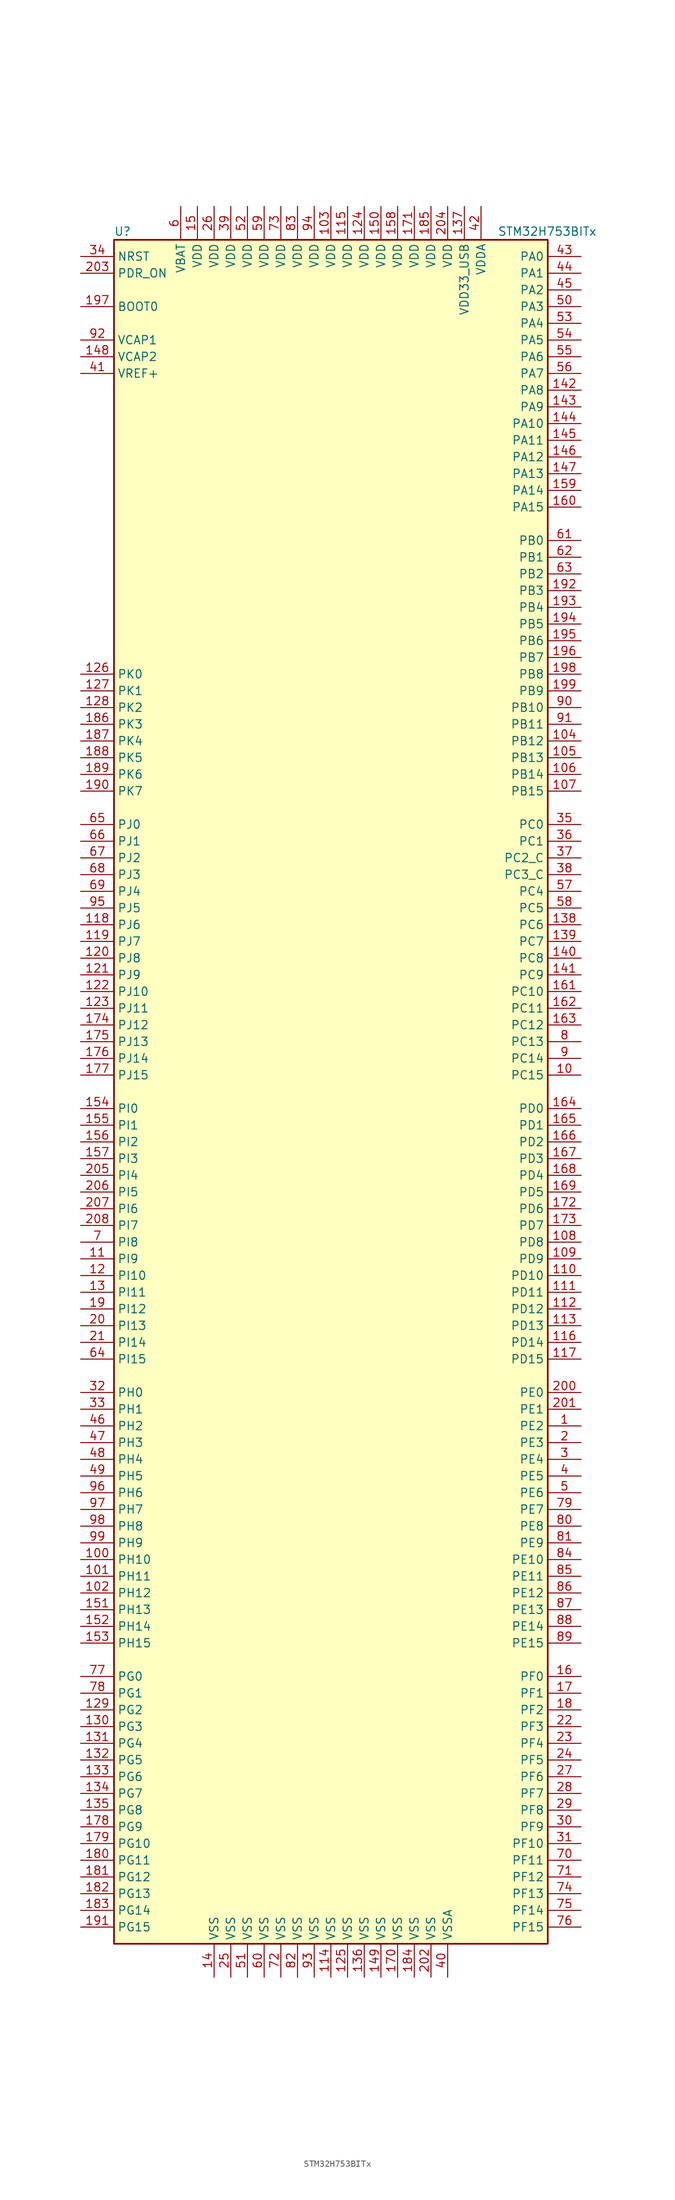
<source format=kicad_sym>
(kicad_symbol_lib
  (version 20201005)
  (generator kicad_symbol_editor)
  (symbol "MCU_ST_STM32H7:STM32H753BITx"
    (property "Reference" "U"
      (at -33.02 130.81 0)
      (effects (font (size 1.27 1.27)) (justify left)))
    (property "Value" "STM32H753BITx"
      (at 25.4 130.81 0)
      (effects (font (size 1.27 1.27)) (justify left)))
    (symbol "STM32H753BITx_0_1"
      (rectangle (start -33.02 -129.54) (end 33.02 129.54) (stroke (width 0.254)) (fill (type background))))
    (symbol "STM32H753BITx_1_1"
      (pin input line (at -38.1 119.38 0) (length 5.08) (name "BOOT0" (effects (font (size 1.27 1.27)))) (number "197" (effects (font (size 1.27 1.27)))))
      (pin input line (at -38.1 127 0) (length 5.08) (name "NRST" (effects (font (size 1.27 1.27)))) (number "34" (effects (font (size 1.27 1.27)))))
      (pin bidirectional line (at 38.1 127 180) (length 5.08) (name "PA0" (effects (font (size 1.27 1.27)))) (number "43" (effects (font (size 1.27 1.27)))))
      (pin bidirectional line (at 38.1 124.46 180) (length 5.08) (name "PA1" (effects (font (size 1.27 1.27)))) (number "44" (effects (font (size 1.27 1.27)))))
      (pin bidirectional line (at 38.1 101.6 180) (length 5.08) (name "PA10" (effects (font (size 1.27 1.27)))) (number "144" (effects (font (size 1.27 1.27)))))
      (pin bidirectional line (at 38.1 99.06 180) (length 5.08) (name "PA11" (effects (font (size 1.27 1.27)))) (number "145" (effects (font (size 1.27 1.27)))))
      (pin bidirectional line (at 38.1 96.52 180) (length 5.08) (name "PA12" (effects (font (size 1.27 1.27)))) (number "146" (effects (font (size 1.27 1.27)))))
      (pin bidirectional line (at 38.1 93.98 180) (length 5.08) (name "PA13" (effects (font (size 1.27 1.27)))) (number "147" (effects (font (size 1.27 1.27)))))
      (pin bidirectional line (at 38.1 91.44 180) (length 5.08) (name "PA14" (effects (font (size 1.27 1.27)))) (number "159" (effects (font (size 1.27 1.27)))))
      (pin bidirectional line (at 38.1 88.9 180) (length 5.08) (name "PA15" (effects (font (size 1.27 1.27)))) (number "160" (effects (font (size 1.27 1.27)))))
      (pin bidirectional line (at 38.1 121.92 180) (length 5.08) (name "PA2" (effects (font (size 1.27 1.27)))) (number "45" (effects (font (size 1.27 1.27)))))
      (pin bidirectional line (at 38.1 119.38 180) (length 5.08) (name "PA3" (effects (font (size 1.27 1.27)))) (number "50" (effects (font (size 1.27 1.27)))))
      (pin bidirectional line (at 38.1 116.84 180) (length 5.08) (name "PA4" (effects (font (size 1.27 1.27)))) (number "53" (effects (font (size 1.27 1.27)))))
      (pin bidirectional line (at 38.1 114.3 180) (length 5.08) (name "PA5" (effects (font (size 1.27 1.27)))) (number "54" (effects (font (size 1.27 1.27)))))
      (pin bidirectional line (at 38.1 111.76 180) (length 5.08) (name "PA6" (effects (font (size 1.27 1.27)))) (number "55" (effects (font (size 1.27 1.27)))))
      (pin bidirectional line (at 38.1 109.22 180) (length 5.08) (name "PA7" (effects (font (size 1.27 1.27)))) (number "56" (effects (font (size 1.27 1.27)))))
      (pin bidirectional line (at 38.1 106.68 180) (length 5.08) (name "PA8" (effects (font (size 1.27 1.27)))) (number "142" (effects (font (size 1.27 1.27)))))
      (pin bidirectional line (at 38.1 104.14 180) (length 5.08) (name "PA9" (effects (font (size 1.27 1.27)))) (number "143" (effects (font (size 1.27 1.27)))))
      (pin bidirectional line (at 38.1 83.82 180) (length 5.08) (name "PB0" (effects (font (size 1.27 1.27)))) (number "61" (effects (font (size 1.27 1.27)))))
      (pin bidirectional line (at 38.1 81.28 180) (length 5.08) (name "PB1" (effects (font (size 1.27 1.27)))) (number "62" (effects (font (size 1.27 1.27)))))
      (pin bidirectional line (at 38.1 58.42 180) (length 5.08) (name "PB10" (effects (font (size 1.27 1.27)))) (number "90" (effects (font (size 1.27 1.27)))))
      (pin bidirectional line (at 38.1 55.88 180) (length 5.08) (name "PB11" (effects (font (size 1.27 1.27)))) (number "91" (effects (font (size 1.27 1.27)))))
      (pin bidirectional line (at 38.1 53.34 180) (length 5.08) (name "PB12" (effects (font (size 1.27 1.27)))) (number "104" (effects (font (size 1.27 1.27)))))
      (pin bidirectional line (at 38.1 50.8 180) (length 5.08) (name "PB13" (effects (font (size 1.27 1.27)))) (number "105" (effects (font (size 1.27 1.27)))))
      (pin bidirectional line (at 38.1 48.26 180) (length 5.08) (name "PB14" (effects (font (size 1.27 1.27)))) (number "106" (effects (font (size 1.27 1.27)))))
      (pin bidirectional line (at 38.1 45.72 180) (length 5.08) (name "PB15" (effects (font (size 1.27 1.27)))) (number "107" (effects (font (size 1.27 1.27)))))
      (pin bidirectional line (at 38.1 78.74 180) (length 5.08) (name "PB2" (effects (font (size 1.27 1.27)))) (number "63" (effects (font (size 1.27 1.27)))))
      (pin bidirectional line (at 38.1 76.2 180) (length 5.08) (name "PB3" (effects (font (size 1.27 1.27)))) (number "192" (effects (font (size 1.27 1.27)))))
      (pin bidirectional line (at 38.1 73.66 180) (length 5.08) (name "PB4" (effects (font (size 1.27 1.27)))) (number "193" (effects (font (size 1.27 1.27)))))
      (pin bidirectional line (at 38.1 71.12 180) (length 5.08) (name "PB5" (effects (font (size 1.27 1.27)))) (number "194" (effects (font (size 1.27 1.27)))))
      (pin bidirectional line (at 38.1 68.58 180) (length 5.08) (name "PB6" (effects (font (size 1.27 1.27)))) (number "195" (effects (font (size 1.27 1.27)))))
      (pin bidirectional line (at 38.1 66.04 180) (length 5.08) (name "PB7" (effects (font (size 1.27 1.27)))) (number "196" (effects (font (size 1.27 1.27)))))
      (pin bidirectional line (at 38.1 63.5 180) (length 5.08) (name "PB8" (effects (font (size 1.27 1.27)))) (number "198" (effects (font (size 1.27 1.27)))))
      (pin bidirectional line (at 38.1 60.96 180) (length 5.08) (name "PB9" (effects (font (size 1.27 1.27)))) (number "199" (effects (font (size 1.27 1.27)))))
      (pin bidirectional line (at 38.1 40.64 180) (length 5.08) (name "PC0" (effects (font (size 1.27 1.27)))) (number "35" (effects (font (size 1.27 1.27)))))
      (pin bidirectional line (at 38.1 38.1 180) (length 5.08) (name "PC1" (effects (font (size 1.27 1.27)))) (number "36" (effects (font (size 1.27 1.27)))))
      (pin bidirectional line (at 38.1 15.24 180) (length 5.08) (name "PC10" (effects (font (size 1.27 1.27)))) (number "161" (effects (font (size 1.27 1.27)))))
      (pin bidirectional line (at 38.1 12.7 180) (length 5.08) (name "PC11" (effects (font (size 1.27 1.27)))) (number "162" (effects (font (size 1.27 1.27)))))
      (pin bidirectional line (at 38.1 10.16 180) (length 5.08) (name "PC12" (effects (font (size 1.27 1.27)))) (number "163" (effects (font (size 1.27 1.27)))))
      (pin bidirectional line (at 38.1 7.62 180) (length 5.08) (name "PC13" (effects (font (size 1.27 1.27)))) (number "8" (effects (font (size 1.27 1.27)))))
      (pin bidirectional line (at 38.1 5.08 180) (length 5.08) (name "PC14" (effects (font (size 1.27 1.27)))) (number "9" (effects (font (size 1.27 1.27)))))
      (pin bidirectional line (at 38.1 2.54 180) (length 5.08) (name "PC15" (effects (font (size 1.27 1.27)))) (number "10" (effects (font (size 1.27 1.27)))))
      (pin bidirectional line (at 38.1 35.56 180) (length 5.08) (name "PC2_C" (effects (font (size 1.27 1.27)))) (number "37" (effects (font (size 1.27 1.27)))))
      (pin bidirectional line (at 38.1 33.02 180) (length 5.08) (name "PC3_C" (effects (font (size 1.27 1.27)))) (number "38" (effects (font (size 1.27 1.27)))))
      (pin bidirectional line (at 38.1 30.48 180) (length 5.08) (name "PC4" (effects (font (size 1.27 1.27)))) (number "57" (effects (font (size 1.27 1.27)))))
      (pin bidirectional line (at 38.1 27.94 180) (length 5.08) (name "PC5" (effects (font (size 1.27 1.27)))) (number "58" (effects (font (size 1.27 1.27)))))
      (pin bidirectional line (at 38.1 25.4 180) (length 5.08) (name "PC6" (effects (font (size 1.27 1.27)))) (number "138" (effects (font (size 1.27 1.27)))))
      (pin bidirectional line (at 38.1 22.86 180) (length 5.08) (name "PC7" (effects (font (size 1.27 1.27)))) (number "139" (effects (font (size 1.27 1.27)))))
      (pin bidirectional line (at 38.1 20.32 180) (length 5.08) (name "PC8" (effects (font (size 1.27 1.27)))) (number "140" (effects (font (size 1.27 1.27)))))
      (pin bidirectional line (at 38.1 17.78 180) (length 5.08) (name "PC9" (effects (font (size 1.27 1.27)))) (number "141" (effects (font (size 1.27 1.27)))))
      (pin bidirectional line (at 38.1 -2.54 180) (length 5.08) (name "PD0" (effects (font (size 1.27 1.27)))) (number "164" (effects (font (size 1.27 1.27)))))
      (pin bidirectional line (at 38.1 -5.08 180) (length 5.08) (name "PD1" (effects (font (size 1.27 1.27)))) (number "165" (effects (font (size 1.27 1.27)))))
      (pin bidirectional line (at 38.1 -27.94 180) (length 5.08) (name "PD10" (effects (font (size 1.27 1.27)))) (number "110" (effects (font (size 1.27 1.27)))))
      (pin bidirectional line (at 38.1 -30.48 180) (length 5.08) (name "PD11" (effects (font (size 1.27 1.27)))) (number "111" (effects (font (size 1.27 1.27)))))
      (pin bidirectional line (at 38.1 -33.02 180) (length 5.08) (name "PD12" (effects (font (size 1.27 1.27)))) (number "112" (effects (font (size 1.27 1.27)))))
      (pin bidirectional line (at 38.1 -35.56 180) (length 5.08) (name "PD13" (effects (font (size 1.27 1.27)))) (number "113" (effects (font (size 1.27 1.27)))))
      (pin bidirectional line (at 38.1 -38.1 180) (length 5.08) (name "PD14" (effects (font (size 1.27 1.27)))) (number "116" (effects (font (size 1.27 1.27)))))
      (pin bidirectional line (at 38.1 -40.64 180) (length 5.08) (name "PD15" (effects (font (size 1.27 1.27)))) (number "117" (effects (font (size 1.27 1.27)))))
      (pin bidirectional line (at 38.1 -7.62 180) (length 5.08) (name "PD2" (effects (font (size 1.27 1.27)))) (number "166" (effects (font (size 1.27 1.27)))))
      (pin bidirectional line (at 38.1 -10.16 180) (length 5.08) (name "PD3" (effects (font (size 1.27 1.27)))) (number "167" (effects (font (size 1.27 1.27)))))
      (pin bidirectional line (at 38.1 -12.7 180) (length 5.08) (name "PD4" (effects (font (size 1.27 1.27)))) (number "168" (effects (font (size 1.27 1.27)))))
      (pin bidirectional line (at 38.1 -15.24 180) (length 5.08) (name "PD5" (effects (font (size 1.27 1.27)))) (number "169" (effects (font (size 1.27 1.27)))))
      (pin bidirectional line (at 38.1 -17.78 180) (length 5.08) (name "PD6" (effects (font (size 1.27 1.27)))) (number "172" (effects (font (size 1.27 1.27)))))
      (pin bidirectional line (at 38.1 -20.32 180) (length 5.08) (name "PD7" (effects (font (size 1.27 1.27)))) (number "173" (effects (font (size 1.27 1.27)))))
      (pin bidirectional line (at 38.1 -22.86 180) (length 5.08) (name "PD8" (effects (font (size 1.27 1.27)))) (number "108" (effects (font (size 1.27 1.27)))))
      (pin bidirectional line (at 38.1 -25.4 180) (length 5.08) (name "PD9" (effects (font (size 1.27 1.27)))) (number "109" (effects (font (size 1.27 1.27)))))
      (pin input line (at -38.1 124.46 0) (length 5.08) (name "PDR_ON" (effects (font (size 1.27 1.27)))) (number "203" (effects (font (size 1.27 1.27)))))
      (pin bidirectional line (at 38.1 -45.72 180) (length 5.08) (name "PE0" (effects (font (size 1.27 1.27)))) (number "200" (effects (font (size 1.27 1.27)))))
      (pin bidirectional line (at 38.1 -48.26 180) (length 5.08) (name "PE1" (effects (font (size 1.27 1.27)))) (number "201" (effects (font (size 1.27 1.27)))))
      (pin bidirectional line (at 38.1 -71.12 180) (length 5.08) (name "PE10" (effects (font (size 1.27 1.27)))) (number "84" (effects (font (size 1.27 1.27)))))
      (pin bidirectional line (at 38.1 -73.66 180) (length 5.08) (name "PE11" (effects (font (size 1.27 1.27)))) (number "85" (effects (font (size 1.27 1.27)))))
      (pin bidirectional line (at 38.1 -76.2 180) (length 5.08) (name "PE12" (effects (font (size 1.27 1.27)))) (number "86" (effects (font (size 1.27 1.27)))))
      (pin bidirectional line (at 38.1 -78.74 180) (length 5.08) (name "PE13" (effects (font (size 1.27 1.27)))) (number "87" (effects (font (size 1.27 1.27)))))
      (pin bidirectional line (at 38.1 -81.28 180) (length 5.08) (name "PE14" (effects (font (size 1.27 1.27)))) (number "88" (effects (font (size 1.27 1.27)))))
      (pin bidirectional line (at 38.1 -83.82 180) (length 5.08) (name "PE15" (effects (font (size 1.27 1.27)))) (number "89" (effects (font (size 1.27 1.27)))))
      (pin bidirectional line (at 38.1 -50.8 180) (length 5.08) (name "PE2" (effects (font (size 1.27 1.27)))) (number "1" (effects (font (size 1.27 1.27)))))
      (pin bidirectional line (at 38.1 -53.34 180) (length 5.08) (name "PE3" (effects (font (size 1.27 1.27)))) (number "2" (effects (font (size 1.27 1.27)))))
      (pin bidirectional line (at 38.1 -55.88 180) (length 5.08) (name "PE4" (effects (font (size 1.27 1.27)))) (number "3" (effects (font (size 1.27 1.27)))))
      (pin bidirectional line (at 38.1 -58.42 180) (length 5.08) (name "PE5" (effects (font (size 1.27 1.27)))) (number "4" (effects (font (size 1.27 1.27)))))
      (pin bidirectional line (at 38.1 -60.96 180) (length 5.08) (name "PE6" (effects (font (size 1.27 1.27)))) (number "5" (effects (font (size 1.27 1.27)))))
      (pin bidirectional line (at 38.1 -63.5 180) (length 5.08) (name "PE7" (effects (font (size 1.27 1.27)))) (number "79" (effects (font (size 1.27 1.27)))))
      (pin bidirectional line (at 38.1 -66.04 180) (length 5.08) (name "PE8" (effects (font (size 1.27 1.27)))) (number "80" (effects (font (size 1.27 1.27)))))
      (pin bidirectional line (at 38.1 -68.58 180) (length 5.08) (name "PE9" (effects (font (size 1.27 1.27)))) (number "81" (effects (font (size 1.27 1.27)))))
      (pin bidirectional line (at 38.1 -88.9 180) (length 5.08) (name "PF0" (effects (font (size 1.27 1.27)))) (number "16" (effects (font (size 1.27 1.27)))))
      (pin bidirectional line (at 38.1 -91.44 180) (length 5.08) (name "PF1" (effects (font (size 1.27 1.27)))) (number "17" (effects (font (size 1.27 1.27)))))
      (pin bidirectional line (at 38.1 -114.3 180) (length 5.08) (name "PF10" (effects (font (size 1.27 1.27)))) (number "31" (effects (font (size 1.27 1.27)))))
      (pin bidirectional line (at 38.1 -116.84 180) (length 5.08) (name "PF11" (effects (font (size 1.27 1.27)))) (number "70" (effects (font (size 1.27 1.27)))))
      (pin bidirectional line (at 38.1 -119.38 180) (length 5.08) (name "PF12" (effects (font (size 1.27 1.27)))) (number "71" (effects (font (size 1.27 1.27)))))
      (pin bidirectional line (at 38.1 -121.92 180) (length 5.08) (name "PF13" (effects (font (size 1.27 1.27)))) (number "74" (effects (font (size 1.27 1.27)))))
      (pin bidirectional line (at 38.1 -124.46 180) (length 5.08) (name "PF14" (effects (font (size 1.27 1.27)))) (number "75" (effects (font (size 1.27 1.27)))))
      (pin bidirectional line (at 38.1 -127 180) (length 5.08) (name "PF15" (effects (font (size 1.27 1.27)))) (number "76" (effects (font (size 1.27 1.27)))))
      (pin bidirectional line (at 38.1 -93.98 180) (length 5.08) (name "PF2" (effects (font (size 1.27 1.27)))) (number "18" (effects (font (size 1.27 1.27)))))
      (pin bidirectional line (at 38.1 -96.52 180) (length 5.08) (name "PF3" (effects (font (size 1.27 1.27)))) (number "22" (effects (font (size 1.27 1.27)))))
      (pin bidirectional line (at 38.1 -99.06 180) (length 5.08) (name "PF4" (effects (font (size 1.27 1.27)))) (number "23" (effects (font (size 1.27 1.27)))))
      (pin bidirectional line (at 38.1 -101.6 180) (length 5.08) (name "PF5" (effects (font (size 1.27 1.27)))) (number "24" (effects (font (size 1.27 1.27)))))
      (pin bidirectional line (at 38.1 -104.14 180) (length 5.08) (name "PF6" (effects (font (size 1.27 1.27)))) (number "27" (effects (font (size 1.27 1.27)))))
      (pin bidirectional line (at 38.1 -106.68 180) (length 5.08) (name "PF7" (effects (font (size 1.27 1.27)))) (number "28" (effects (font (size 1.27 1.27)))))
      (pin bidirectional line (at 38.1 -109.22 180) (length 5.08) (name "PF8" (effects (font (size 1.27 1.27)))) (number "29" (effects (font (size 1.27 1.27)))))
      (pin bidirectional line (at 38.1 -111.76 180) (length 5.08) (name "PF9" (effects (font (size 1.27 1.27)))) (number "30" (effects (font (size 1.27 1.27)))))
      (pin bidirectional line (at -38.1 -88.9 0) (length 5.08) (name "PG0" (effects (font (size 1.27 1.27)))) (number "77" (effects (font (size 1.27 1.27)))))
      (pin bidirectional line (at -38.1 -91.44 0) (length 5.08) (name "PG1" (effects (font (size 1.27 1.27)))) (number "78" (effects (font (size 1.27 1.27)))))
      (pin bidirectional line (at -38.1 -114.3 0) (length 5.08) (name "PG10" (effects (font (size 1.27 1.27)))) (number "179" (effects (font (size 1.27 1.27)))))
      (pin bidirectional line (at -38.1 -116.84 0) (length 5.08) (name "PG11" (effects (font (size 1.27 1.27)))) (number "180" (effects (font (size 1.27 1.27)))))
      (pin bidirectional line (at -38.1 -119.38 0) (length 5.08) (name "PG12" (effects (font (size 1.27 1.27)))) (number "181" (effects (font (size 1.27 1.27)))))
      (pin bidirectional line (at -38.1 -121.92 0) (length 5.08) (name "PG13" (effects (font (size 1.27 1.27)))) (number "182" (effects (font (size 1.27 1.27)))))
      (pin bidirectional line (at -38.1 -124.46 0) (length 5.08) (name "PG14" (effects (font (size 1.27 1.27)))) (number "183" (effects (font (size 1.27 1.27)))))
      (pin bidirectional line (at -38.1 -127 0) (length 5.08) (name "PG15" (effects (font (size 1.27 1.27)))) (number "191" (effects (font (size 1.27 1.27)))))
      (pin bidirectional line (at -38.1 -93.98 0) (length 5.08) (name "PG2" (effects (font (size 1.27 1.27)))) (number "129" (effects (font (size 1.27 1.27)))))
      (pin bidirectional line (at -38.1 -96.52 0) (length 5.08) (name "PG3" (effects (font (size 1.27 1.27)))) (number "130" (effects (font (size 1.27 1.27)))))
      (pin bidirectional line (at -38.1 -99.06 0) (length 5.08) (name "PG4" (effects (font (size 1.27 1.27)))) (number "131" (effects (font (size 1.27 1.27)))))
      (pin bidirectional line (at -38.1 -101.6 0) (length 5.08) (name "PG5" (effects (font (size 1.27 1.27)))) (number "132" (effects (font (size 1.27 1.27)))))
      (pin bidirectional line (at -38.1 -104.14 0) (length 5.08) (name "PG6" (effects (font (size 1.27 1.27)))) (number "133" (effects (font (size 1.27 1.27)))))
      (pin bidirectional line (at -38.1 -106.68 0) (length 5.08) (name "PG7" (effects (font (size 1.27 1.27)))) (number "134" (effects (font (size 1.27 1.27)))))
      (pin bidirectional line (at -38.1 -109.22 0) (length 5.08) (name "PG8" (effects (font (size 1.27 1.27)))) (number "135" (effects (font (size 1.27 1.27)))))
      (pin bidirectional line (at -38.1 -111.76 0) (length 5.08) (name "PG9" (effects (font (size 1.27 1.27)))) (number "178" (effects (font (size 1.27 1.27)))))
      (pin input line (at -38.1 -45.72 0) (length 5.08) (name "PH0" (effects (font (size 1.27 1.27)))) (number "32" (effects (font (size 1.27 1.27)))))
      (pin input line (at -38.1 -48.26 0) (length 5.08) (name "PH1" (effects (font (size 1.27 1.27)))) (number "33" (effects (font (size 1.27 1.27)))))
      (pin bidirectional line (at -38.1 -71.12 0) (length 5.08) (name "PH10" (effects (font (size 1.27 1.27)))) (number "100" (effects (font (size 1.27 1.27)))))
      (pin bidirectional line (at -38.1 -73.66 0) (length 5.08) (name "PH11" (effects (font (size 1.27 1.27)))) (number "101" (effects (font (size 1.27 1.27)))))
      (pin bidirectional line (at -38.1 -76.2 0) (length 5.08) (name "PH12" (effects (font (size 1.27 1.27)))) (number "102" (effects (font (size 1.27 1.27)))))
      (pin bidirectional line (at -38.1 -78.74 0) (length 5.08) (name "PH13" (effects (font (size 1.27 1.27)))) (number "151" (effects (font (size 1.27 1.27)))))
      (pin bidirectional line (at -38.1 -81.28 0) (length 5.08) (name "PH14" (effects (font (size 1.27 1.27)))) (number "152" (effects (font (size 1.27 1.27)))))
      (pin bidirectional line (at -38.1 -83.82 0) (length 5.08) (name "PH15" (effects (font (size 1.27 1.27)))) (number "153" (effects (font (size 1.27 1.27)))))
      (pin bidirectional line (at -38.1 -50.8 0) (length 5.08) (name "PH2" (effects (font (size 1.27 1.27)))) (number "46" (effects (font (size 1.27 1.27)))))
      (pin bidirectional line (at -38.1 -53.34 0) (length 5.08) (name "PH3" (effects (font (size 1.27 1.27)))) (number "47" (effects (font (size 1.27 1.27)))))
      (pin bidirectional line (at -38.1 -55.88 0) (length 5.08) (name "PH4" (effects (font (size 1.27 1.27)))) (number "48" (effects (font (size 1.27 1.27)))))
      (pin bidirectional line (at -38.1 -58.42 0) (length 5.08) (name "PH5" (effects (font (size 1.27 1.27)))) (number "49" (effects (font (size 1.27 1.27)))))
      (pin bidirectional line (at -38.1 -60.96 0) (length 5.08) (name "PH6" (effects (font (size 1.27 1.27)))) (number "96" (effects (font (size 1.27 1.27)))))
      (pin bidirectional line (at -38.1 -63.5 0) (length 5.08) (name "PH7" (effects (font (size 1.27 1.27)))) (number "97" (effects (font (size 1.27 1.27)))))
      (pin bidirectional line (at -38.1 -66.04 0) (length 5.08) (name "PH8" (effects (font (size 1.27 1.27)))) (number "98" (effects (font (size 1.27 1.27)))))
      (pin bidirectional line (at -38.1 -68.58 0) (length 5.08) (name "PH9" (effects (font (size 1.27 1.27)))) (number "99" (effects (font (size 1.27 1.27)))))
      (pin bidirectional line (at -38.1 -2.54 0) (length 5.08) (name "PI0" (effects (font (size 1.27 1.27)))) (number "154" (effects (font (size 1.27 1.27)))))
      (pin bidirectional line (at -38.1 -5.08 0) (length 5.08) (name "PI1" (effects (font (size 1.27 1.27)))) (number "155" (effects (font (size 1.27 1.27)))))
      (pin bidirectional line (at -38.1 -27.94 0) (length 5.08) (name "PI10" (effects (font (size 1.27 1.27)))) (number "12" (effects (font (size 1.27 1.27)))))
      (pin bidirectional line (at -38.1 -30.48 0) (length 5.08) (name "PI11" (effects (font (size 1.27 1.27)))) (number "13" (effects (font (size 1.27 1.27)))))
      (pin bidirectional line (at -38.1 -33.02 0) (length 5.08) (name "PI12" (effects (font (size 1.27 1.27)))) (number "19" (effects (font (size 1.27 1.27)))))
      (pin bidirectional line (at -38.1 -35.56 0) (length 5.08) (name "PI13" (effects (font (size 1.27 1.27)))) (number "20" (effects (font (size 1.27 1.27)))))
      (pin bidirectional line (at -38.1 -38.1 0) (length 5.08) (name "PI14" (effects (font (size 1.27 1.27)))) (number "21" (effects (font (size 1.27 1.27)))))
      (pin bidirectional line (at -38.1 -40.64 0) (length 5.08) (name "PI15" (effects (font (size 1.27 1.27)))) (number "64" (effects (font (size 1.27 1.27)))))
      (pin bidirectional line (at -38.1 -7.62 0) (length 5.08) (name "PI2" (effects (font (size 1.27 1.27)))) (number "156" (effects (font (size 1.27 1.27)))))
      (pin bidirectional line (at -38.1 -10.16 0) (length 5.08) (name "PI3" (effects (font (size 1.27 1.27)))) (number "157" (effects (font (size 1.27 1.27)))))
      (pin bidirectional line (at -38.1 -12.7 0) (length 5.08) (name "PI4" (effects (font (size 1.27 1.27)))) (number "205" (effects (font (size 1.27 1.27)))))
      (pin bidirectional line (at -38.1 -15.24 0) (length 5.08) (name "PI5" (effects (font (size 1.27 1.27)))) (number "206" (effects (font (size 1.27 1.27)))))
      (pin bidirectional line (at -38.1 -17.78 0) (length 5.08) (name "PI6" (effects (font (size 1.27 1.27)))) (number "207" (effects (font (size 1.27 1.27)))))
      (pin bidirectional line (at -38.1 -20.32 0) (length 5.08) (name "PI7" (effects (font (size 1.27 1.27)))) (number "208" (effects (font (size 1.27 1.27)))))
      (pin bidirectional line (at -38.1 -22.86 0) (length 5.08) (name "PI8" (effects (font (size 1.27 1.27)))) (number "7" (effects (font (size 1.27 1.27)))))
      (pin bidirectional line (at -38.1 -25.4 0) (length 5.08) (name "PI9" (effects (font (size 1.27 1.27)))) (number "11" (effects (font (size 1.27 1.27)))))
      (pin bidirectional line (at -38.1 40.64 0) (length 5.08) (name "PJ0" (effects (font (size 1.27 1.27)))) (number "65" (effects (font (size 1.27 1.27)))))
      (pin bidirectional line (at -38.1 38.1 0) (length 5.08) (name "PJ1" (effects (font (size 1.27 1.27)))) (number "66" (effects (font (size 1.27 1.27)))))
      (pin bidirectional line (at -38.1 15.24 0) (length 5.08) (name "PJ10" (effects (font (size 1.27 1.27)))) (number "122" (effects (font (size 1.27 1.27)))))
      (pin bidirectional line (at -38.1 12.7 0) (length 5.08) (name "PJ11" (effects (font (size 1.27 1.27)))) (number "123" (effects (font (size 1.27 1.27)))))
      (pin bidirectional line (at -38.1 10.16 0) (length 5.08) (name "PJ12" (effects (font (size 1.27 1.27)))) (number "174" (effects (font (size 1.27 1.27)))))
      (pin bidirectional line (at -38.1 7.62 0) (length 5.08) (name "PJ13" (effects (font (size 1.27 1.27)))) (number "175" (effects (font (size 1.27 1.27)))))
      (pin bidirectional line (at -38.1 5.08 0) (length 5.08) (name "PJ14" (effects (font (size 1.27 1.27)))) (number "176" (effects (font (size 1.27 1.27)))))
      (pin bidirectional line (at -38.1 2.54 0) (length 5.08) (name "PJ15" (effects (font (size 1.27 1.27)))) (number "177" (effects (font (size 1.27 1.27)))))
      (pin bidirectional line (at -38.1 35.56 0) (length 5.08) (name "PJ2" (effects (font (size 1.27 1.27)))) (number "67" (effects (font (size 1.27 1.27)))))
      (pin bidirectional line (at -38.1 33.02 0) (length 5.08) (name "PJ3" (effects (font (size 1.27 1.27)))) (number "68" (effects (font (size 1.27 1.27)))))
      (pin bidirectional line (at -38.1 30.48 0) (length 5.08) (name "PJ4" (effects (font (size 1.27 1.27)))) (number "69" (effects (font (size 1.27 1.27)))))
      (pin bidirectional line (at -38.1 27.94 0) (length 5.08) (name "PJ5" (effects (font (size 1.27 1.27)))) (number "95" (effects (font (size 1.27 1.27)))))
      (pin bidirectional line (at -38.1 25.4 0) (length 5.08) (name "PJ6" (effects (font (size 1.27 1.27)))) (number "118" (effects (font (size 1.27 1.27)))))
      (pin bidirectional line (at -38.1 22.86 0) (length 5.08) (name "PJ7" (effects (font (size 1.27 1.27)))) (number "119" (effects (font (size 1.27 1.27)))))
      (pin bidirectional line (at -38.1 20.32 0) (length 5.08) (name "PJ8" (effects (font (size 1.27 1.27)))) (number "120" (effects (font (size 1.27 1.27)))))
      (pin bidirectional line (at -38.1 17.78 0) (length 5.08) (name "PJ9" (effects (font (size 1.27 1.27)))) (number "121" (effects (font (size 1.27 1.27)))))
      (pin bidirectional line (at -38.1 63.5 0) (length 5.08) (name "PK0" (effects (font (size 1.27 1.27)))) (number "126" (effects (font (size 1.27 1.27)))))
      (pin bidirectional line (at -38.1 60.96 0) (length 5.08) (name "PK1" (effects (font (size 1.27 1.27)))) (number "127" (effects (font (size 1.27 1.27)))))
      (pin bidirectional line (at -38.1 58.42 0) (length 5.08) (name "PK2" (effects (font (size 1.27 1.27)))) (number "128" (effects (font (size 1.27 1.27)))))
      (pin bidirectional line (at -38.1 55.88 0) (length 5.08) (name "PK3" (effects (font (size 1.27 1.27)))) (number "186" (effects (font (size 1.27 1.27)))))
      (pin bidirectional line (at -38.1 53.34 0) (length 5.08) (name "PK4" (effects (font (size 1.27 1.27)))) (number "187" (effects (font (size 1.27 1.27)))))
      (pin bidirectional line (at -38.1 50.8 0) (length 5.08) (name "PK5" (effects (font (size 1.27 1.27)))) (number "188" (effects (font (size 1.27 1.27)))))
      (pin bidirectional line (at -38.1 48.26 0) (length 5.08) (name "PK6" (effects (font (size 1.27 1.27)))) (number "189" (effects (font (size 1.27 1.27)))))
      (pin bidirectional line (at -38.1 45.72 0) (length 5.08) (name "PK7" (effects (font (size 1.27 1.27)))) (number "190" (effects (font (size 1.27 1.27)))))
      (pin power_in line (at -22.86 134.62 270) (length 5.08) (name "VBAT" (effects (font (size 1.27 1.27)))) (number "6" (effects (font (size 1.27 1.27)))))
      (pin power_in line (at -38.1 114.3 0) (length 5.08) (name "VCAP1" (effects (font (size 1.27 1.27)))) (number "92" (effects (font (size 1.27 1.27)))))
      (pin power_in line (at -38.1 111.76 0) (length 5.08) (name "VCAP2" (effects (font (size 1.27 1.27)))) (number "148" (effects (font (size 1.27 1.27)))))
      (pin power_in line (at 0 134.62 270) (length 5.08) (name "VDD" (effects (font (size 1.27 1.27)))) (number "103" (effects (font (size 1.27 1.27)))))
      (pin power_in line (at 2.54 134.62 270) (length 5.08) (name "VDD" (effects (font (size 1.27 1.27)))) (number "115" (effects (font (size 1.27 1.27)))))
      (pin power_in line (at 5.08 134.62 270) (length 5.08) (name "VDD" (effects (font (size 1.27 1.27)))) (number "124" (effects (font (size 1.27 1.27)))))
      (pin power_in line (at -20.32 134.62 270) (length 5.08) (name "VDD" (effects (font (size 1.27 1.27)))) (number "15" (effects (font (size 1.27 1.27)))))
      (pin power_in line (at 7.62 134.62 270) (length 5.08) (name "VDD" (effects (font (size 1.27 1.27)))) (number "150" (effects (font (size 1.27 1.27)))))
      (pin power_in line (at 10.16 134.62 270) (length 5.08) (name "VDD" (effects (font (size 1.27 1.27)))) (number "158" (effects (font (size 1.27 1.27)))))
      (pin power_in line (at 12.7 134.62 270) (length 5.08) (name "VDD" (effects (font (size 1.27 1.27)))) (number "171" (effects (font (size 1.27 1.27)))))
      (pin power_in line (at 15.24 134.62 270) (length 5.08) (name "VDD" (effects (font (size 1.27 1.27)))) (number "185" (effects (font (size 1.27 1.27)))))
      (pin power_in line (at 17.78 134.62 270) (length 5.08) (name "VDD" (effects (font (size 1.27 1.27)))) (number "204" (effects (font (size 1.27 1.27)))))
      (pin power_in line (at -17.78 134.62 270) (length 5.08) (name "VDD" (effects (font (size 1.27 1.27)))) (number "26" (effects (font (size 1.27 1.27)))))
      (pin power_in line (at -15.24 134.62 270) (length 5.08) (name "VDD" (effects (font (size 1.27 1.27)))) (number "39" (effects (font (size 1.27 1.27)))))
      (pin power_in line (at -12.7 134.62 270) (length 5.08) (name "VDD" (effects (font (size 1.27 1.27)))) (number "52" (effects (font (size 1.27 1.27)))))
      (pin power_in line (at -10.16 134.62 270) (length 5.08) (name "VDD" (effects (font (size 1.27 1.27)))) (number "59" (effects (font (size 1.27 1.27)))))
      (pin power_in line (at -7.62 134.62 270) (length 5.08) (name "VDD" (effects (font (size 1.27 1.27)))) (number "73" (effects (font (size 1.27 1.27)))))
      (pin power_in line (at -5.08 134.62 270) (length 5.08) (name "VDD" (effects (font (size 1.27 1.27)))) (number "83" (effects (font (size 1.27 1.27)))))
      (pin power_in line (at -2.54 134.62 270) (length 5.08) (name "VDD" (effects (font (size 1.27 1.27)))) (number "94" (effects (font (size 1.27 1.27)))))
      (pin power_in line (at 20.32 134.62 270) (length 5.08) (name "VDD33_USB" (effects (font (size 1.27 1.27)))) (number "137" (effects (font (size 1.27 1.27)))))
      (pin power_in line (at 22.86 134.62 270) (length 5.08) (name "VDDA" (effects (font (size 1.27 1.27)))) (number "42" (effects (font (size 1.27 1.27)))))
      (pin bidirectional line (at -38.1 109.22 0) (length 5.08) (name "VREF+" (effects (font (size 1.27 1.27)))) (number "41" (effects (font (size 1.27 1.27)))))
      (pin power_in line (at 0 -134.62 90) (length 5.08) (name "VSS" (effects (font (size 1.27 1.27)))) (number "114" (effects (font (size 1.27 1.27)))))
      (pin power_in line (at 2.54 -134.62 90) (length 5.08) (name "VSS" (effects (font (size 1.27 1.27)))) (number "125" (effects (font (size 1.27 1.27)))))
      (pin power_in line (at 5.08 -134.62 90) (length 5.08) (name "VSS" (effects (font (size 1.27 1.27)))) (number "136" (effects (font (size 1.27 1.27)))))
      (pin power_in line (at -17.78 -134.62 90) (length 5.08) (name "VSS" (effects (font (size 1.27 1.27)))) (number "14" (effects (font (size 1.27 1.27)))))
      (pin power_in line (at 7.62 -134.62 90) (length 5.08) (name "VSS" (effects (font (size 1.27 1.27)))) (number "149" (effects (font (size 1.27 1.27)))))
      (pin power_in line (at 10.16 -134.62 90) (length 5.08) (name "VSS" (effects (font (size 1.27 1.27)))) (number "170" (effects (font (size 1.27 1.27)))))
      (pin power_in line (at 12.7 -134.62 90) (length 5.08) (name "VSS" (effects (font (size 1.27 1.27)))) (number "184" (effects (font (size 1.27 1.27)))))
      (pin power_in line (at 15.24 -134.62 90) (length 5.08) (name "VSS" (effects (font (size 1.27 1.27)))) (number "202" (effects (font (size 1.27 1.27)))))
      (pin power_in line (at -15.24 -134.62 90) (length 5.08) (name "VSS" (effects (font (size 1.27 1.27)))) (number "25" (effects (font (size 1.27 1.27)))))
      (pin power_in line (at -12.7 -134.62 90) (length 5.08) (name "VSS" (effects (font (size 1.27 1.27)))) (number "51" (effects (font (size 1.27 1.27)))))
      (pin power_in line (at -10.16 -134.62 90) (length 5.08) (name "VSS" (effects (font (size 1.27 1.27)))) (number "60" (effects (font (size 1.27 1.27)))))
      (pin power_in line (at -7.62 -134.62 90) (length 5.08) (name "VSS" (effects (font (size 1.27 1.27)))) (number "72" (effects (font (size 1.27 1.27)))))
      (pin power_in line (at -5.08 -134.62 90) (length 5.08) (name "VSS" (effects (font (size 1.27 1.27)))) (number "82" (effects (font (size 1.27 1.27)))))
      (pin power_in line (at -2.54 -134.62 90) (length 5.08) (name "VSS" (effects (font (size 1.27 1.27)))) (number "93" (effects (font (size 1.27 1.27)))))
      (pin power_in line (at 17.78 -134.62 90) (length 5.08) (name "VSSA" (effects (font (size 1.27 1.27)))) (number "40" (effects (font (size 1.27 1.27))))))))
</source>
